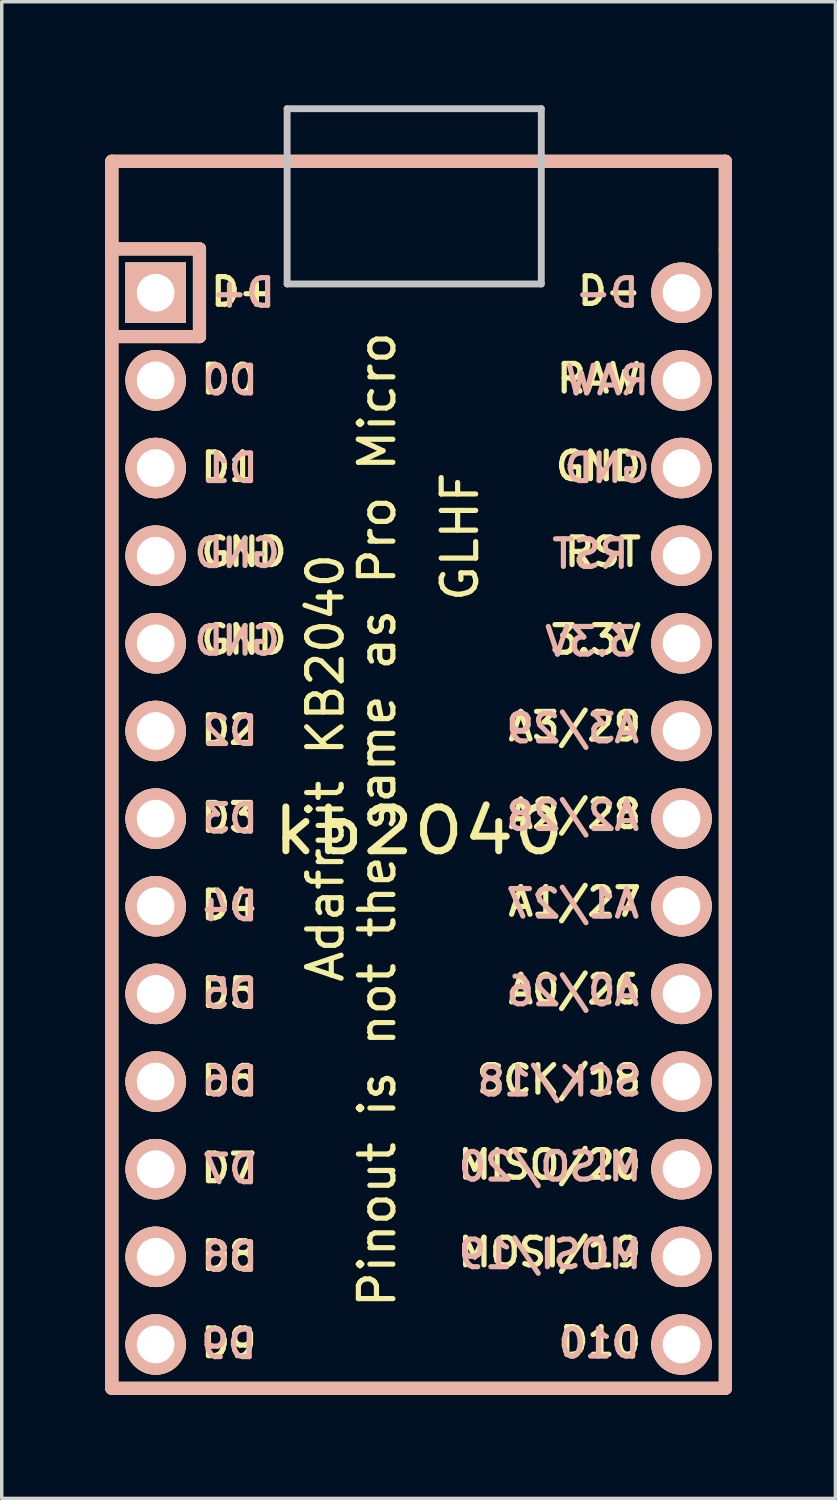
<source format=kicad_pcb>
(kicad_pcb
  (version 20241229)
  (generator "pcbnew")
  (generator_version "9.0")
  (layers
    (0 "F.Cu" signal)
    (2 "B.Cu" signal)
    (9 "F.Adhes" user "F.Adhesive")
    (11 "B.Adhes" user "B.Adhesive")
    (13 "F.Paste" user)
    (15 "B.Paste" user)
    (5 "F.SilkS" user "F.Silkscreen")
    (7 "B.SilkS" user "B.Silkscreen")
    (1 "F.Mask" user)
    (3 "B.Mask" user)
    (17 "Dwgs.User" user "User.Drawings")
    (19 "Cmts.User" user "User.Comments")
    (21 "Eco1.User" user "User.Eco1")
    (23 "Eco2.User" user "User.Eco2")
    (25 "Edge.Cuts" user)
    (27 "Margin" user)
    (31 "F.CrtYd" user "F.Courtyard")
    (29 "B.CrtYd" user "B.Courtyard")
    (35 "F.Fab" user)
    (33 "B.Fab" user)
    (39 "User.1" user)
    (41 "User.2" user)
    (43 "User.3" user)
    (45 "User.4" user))
  (footprint "kb2040"
    (layer "F.Cu")
    (at 9.081 19.404)
    (property "Reference" "kb2040" (at 0 1.625 0) (layer "F.SilkS") (effects (font (size 1.27 1.524) (thickness 0.203))))
    (attr through_hole)
    (fp_line (start -8.89 -17.78) (end -8.89 -15.24) (stroke (width 0.381) (type solid)) (layer "F.SilkS"))
    (fp_line (start -8.89 -15.24) (end -8.89 17.78) (stroke (width 0.381) (type solid)) (layer "F.SilkS"))
    (fp_line (start -8.89 17.78) (end 8.89 17.78) (stroke (width 0.381) (type solid)) (layer "F.SilkS"))
    (fp_line (start -6.35 -15.24) (end -8.89 -15.24) (stroke (width 0.381) (type solid)) (layer "F.SilkS"))
    (fp_line (start -6.35 -15.24) (end -6.35 -12.7) (stroke (width 0.381) (type solid)) (layer "F.SilkS"))
    (fp_line (start -6.35 -12.7) (end -8.89 -12.7) (stroke (width 0.381) (type solid)) (layer "F.SilkS"))
    (fp_line (start 8.89 -17.78) (end -8.89 -17.78) (stroke (width 0.381) (type solid)) (layer "F.SilkS"))
    (fp_line (start 8.89 -15.24) (end 8.89 -17.78) (stroke (width 0.381) (type solid)) (layer "F.SilkS"))
    (fp_line (start 8.89 17.78) (end 8.89 -15.24) (stroke (width 0.381) (type solid)) (layer "F.SilkS"))
    (fp_line (start -8.89 -17.78) (end -8.89 17.78) (stroke (width 0.381) (type solid)) (layer "B.SilkS"))
    (fp_line (start -8.89 17.78) (end 8.89 17.78) (stroke (width 0.381) (type solid)) (layer "B.SilkS"))
    (fp_line (start -6.35 -15.24) (end -8.89 -15.24) (stroke (width 0.381) (type solid)) (layer "B.SilkS"))
    (fp_line (start -6.35 -15.24) (end -6.35 -12.7) (stroke (width 0.381) (type solid)) (layer "B.SilkS"))
    (fp_line (start -6.35 -12.7) (end -8.89 -12.7) (stroke (width 0.381) (type solid)) (layer "B.SilkS"))
    (fp_line (start 8.89 -17.78) (end -8.89 -17.78) (stroke (width 0.381) (type solid)) (layer "B.SilkS"))
    (fp_line (start 8.89 17.78) (end 8.89 -17.78) (stroke (width 0.381) (type solid)) (layer "B.SilkS"))
    (fp_line (start -3.81 -19.304) (end 3.556 -19.304) (stroke (width 0.2) (type solid)) (layer "Dwgs.User"))
    (fp_line (start -3.81 -14.224) (end -3.81 -19.304) (stroke (width 0.2) (type solid)) (layer "Dwgs.User"))
    (fp_line (start 3.556 -19.304) (end 3.556 -14.224) (stroke (width 0.2) (type solid)) (layer "Dwgs.User"))
    (fp_line (start 3.556 -14.224) (end -3.81 -14.224) (stroke (width 0.2) (type solid)) (layer "Dwgs.User"))
    (fp_text user "D3" (at -5.5 1.24 0) (layer "F.SilkS") (effects (font (size 0.8 0.8) (thickness 0.15))))
    (fp_text user "D2" (at -5.5 -1.3 0) (layer "F.SilkS") (effects (font (size 0.8 0.8) (thickness 0.15))))
    (fp_text user "D4" (at -5.5 3.78 0) (layer "F.SilkS") (effects (font (size 0.8 0.8) (thickness 0.15))))
    (fp_text user "D1" (at -5.5 -8.92 0) (layer "F.SilkS") (effects (font (size 0.8 0.8) (thickness 0.15))))
    (fp_text user "GND" (at 5.21 -8.944 0) (layer "F.SilkS") (effects (font (size 0.8 0.8) (thickness 0.15))))
    (fp_text user "D10" (at 5.267 16.431 0) (layer "F.SilkS") (effects (font (size 0.8 0.8) (thickness 0.15))))
    (fp_text user "SCK/18" (at 4.067 8.836 0) (layer "F.SilkS") (effects (font (size 0.8 0.8) (thickness 0.15))))
    (fp_text user "D6" (at -5.5 8.86 0) (layer "F.SilkS") (effects (font (size 0.8 0.8) (thickness 0.15))))
    (fp_text user "RST" (at 5.343 -6.455 0) (layer "F.SilkS") (effects (font (size 0.8 0.8) (thickness 0.15))))
    (fp_text user "D+" (at -5.1 -14 0) (layer "F.SilkS") (effects (font (size 0.8 0.8) (thickness 0.15))))
    (fp_text user "D7" (at -5.5 11.4 0) (layer "F.SilkS") (effects (font (size 0.8 0.8) (thickness 0.15))))
    (fp_text user "D9" (at -5.5 16.47 0) (layer "F.SilkS") (effects (font (size 0.8 0.8) (thickness 0.15))))
    (fp_text user "A1/27" (at 4.524 3.68 0) (layer "F.SilkS") (effects (font (size 0.8 0.8) (thickness 0.15))))
    (fp_text user "A0/26" (at 4.524 6.22 0) (layer "F.SilkS") (effects (font (size 0.8 0.8) (thickness 0.15))))
    (fp_text user "A3/29" (at 4.524 -1.4 0) (layer "F.SilkS") (effects (font (size 0.8 0.8) (thickness 0.15))))
    (fp_text user "D5" (at -5.5 6.32 0) (layer "F.SilkS") (effects (font (size 0.8 0.8) (thickness 0.15))))
    (fp_text user "Pinout is not the same as Pro Micro" (at -1.2 1.3 90) (unlocked yes) (layer "F.SilkS") (effects (font (size 1 1) (thickness 0.15))))
    (fp_text user "Adafruit KB2040" (at -2.7 -0.2 90) (unlocked yes) (layer "F.SilkS") (effects (font (size 1 1) (thickness 0.15))))
    (fp_text user "D-" (at 5.533 -14.024 0) (layer "F.SilkS") (effects (font (size 0.8 0.8) (thickness 0.15))))
    (fp_text user "RAW" (at 5.229 -11.484 0) (layer "F.SilkS") (effects (font (size 0.8 0.8) (thickness 0.15))))
    (fp_text user "3.3V" (at 5.133 -3.915 0) (layer "F.SilkS") (effects (font (size 0.8 0.8) (thickness 0.15))))
    (fp_text user "D8" (at -5.5 13.94 0) (layer "F.SilkS") (effects (font (size 0.8 0.8) (thickness 0.15))))
    (fp_text user "GND" (at -5.062 -6.456 0) (layer "F.SilkS") (effects (font (size 0.8 0.8) (thickness 0.15))))
    (fp_text user "GND" (at -5.062 -3.916 0) (layer "F.SilkS") (effects (font (size 0.8 0.8) (thickness 0.15))))
    (fp_text user "GLHF" (at 1.2 -6.9 90) (unlocked yes) (layer "F.SilkS") (effects (font (size 1 1) (thickness 0.15))))
    (fp_text user "D0" (at -5.5 -11.46 0) (layer "F.SilkS") (effects (font (size 0.8 0.8) (thickness 0.15))))
    (fp_text user "MOSI/19" (at 3.8 13.84 0) (layer "F.SilkS") (effects (font (size 0.8 0.8) (thickness 0.15))))
    (fp_text user "A2/28" (at 4.524 1.14 0) (layer "F.SilkS") (effects (font (size 0.8 0.8) (thickness 0.15))))
    (fp_text user "MISO/20" (at 3.8 11.3 0) (layer "F.SilkS") (effects (font (size 0.8 0.8) (thickness 0.15))))
    (fp_text user "3.3V" (at 4.978 -3.861 0) (layer "B.SilkS") (effects (font (size 0.8 0.8) (thickness 0.15)) (justify mirror)))
    (fp_text user "A1/27" (at 4.47 3.734 0) (layer "B.SilkS") (effects (font (size 0.8 0.8) (thickness 0.15)) (justify mirror)))
    (fp_text user "GND" (at 5.461 -8.89 0) (layer "B.SilkS") (effects (font (size 0.8 0.8) (thickness 0.15)) (justify mirror)))
    (fp_text user "D4" (at -5.461 3.81 0) (layer "B.SilkS") (effects (font (size 0.8 0.8) (thickness 0.15)) (justify mirror)))
    (fp_text user "GND" (at -5.258 -6.426 0) (layer "B.SilkS") (effects (font (size 0.8 0.8) (thickness 0.15)) (justify mirror)))
    (fp_text user "D6" (at -5.461 8.89 0) (layer "B.SilkS") (effects (font (size 0.8 0.8) (thickness 0.15)) (justify mirror)))
    (fp_text user "SCK/18" (at 4.089 8.89 0) (layer "B.SilkS") (effects (font (size 0.8 0.8) (thickness 0.15)) (justify mirror)))
    (fp_text user "D3" (at -5.461 1.27 0) (layer "B.SilkS") (effects (font (size 0.8 0.8) (thickness 0.15)) (justify mirror)))
    (fp_text user "D5" (at -5.461 6.35 0) (layer "B.SilkS") (effects (font (size 0.8 0.8) (thickness 0.15)) (justify mirror)))
    (fp_text user "RST" (at 4.978 -6.401 0) (layer "B.SilkS") (effects (font (size 0.8 0.8) (thickness 0.15)) (justify mirror)))
    (fp_text user "D10" (at 5.232 16.485 0) (layer "B.SilkS") (effects (font (size 0.8 0.8) (thickness 0.15)) (justify mirror)))
    (fp_text user "A0/26" (at 4.47 6.274 0) (layer "B.SilkS") (effects (font (size 0.8 0.8) (thickness 0.15)) (justify mirror)))
    (fp_text user "D-" (at 5.461 -13.97 0) (layer "B.SilkS") (effects (font (size 0.8 0.8) (thickness 0.15)) (justify mirror)))
    (fp_text user "GND" (at -5.258 -3.886 0) (layer "B.SilkS") (effects (font (size 0.8 0.8) (thickness 0.15)) (justify mirror)))
    (fp_text user "D7" (at -5.461 11.43 0) (layer "B.SilkS") (effects (font (size 0.8 0.8) (thickness 0.15)) (justify mirror)))
    (fp_text user "RAW" (at 5.461 -11.43 0) (layer "B.SilkS") (effects (font (size 0.8 0.8) (thickness 0.15)) (justify mirror)))
    (fp_text user "D+" (at -5.08 -13.97 0) (layer "B.SilkS") (effects (font (size 0.8 0.8) (thickness 0.15)) (justify mirror)))
    (fp_text user "A2/28" (at 4.47 1.194 0) (layer "B.SilkS") (effects (font (size 0.8 0.8) (thickness 0.15)) (justify mirror)))
    (fp_text user "D2" (at -5.461 -1.27 0) (layer "B.SilkS") (effects (font (size 0.8 0.8) (thickness 0.15)) (justify mirror)))
    (fp_text user "MOSI/19" (at 3.81 13.894 0) (layer "B.SilkS") (effects (font (size 0.8 0.8) (thickness 0.15)) (justify mirror)))
    (fp_text user "D0" (at -5.461 -11.43 0) (layer "B.SilkS") (effects (font (size 0.8 0.8) (thickness 0.15)) (justify mirror)))
    (fp_text user "A3/29" (at 4.47 -1.346 0) (layer "B.SilkS") (effects (font (size 0.8 0.8) (thickness 0.15)) (justify mirror)))
    (fp_text user "D9" (at -5.5 16.5 0) (layer "B.SilkS") (effects (font (size 0.8 0.8) (thickness 0.15)) (justify mirror)))
    (fp_text user "D1" (at -5.461 -8.89 0) (layer "B.SilkS") (effects (font (size 0.8 0.8) (thickness 0.15)) (justify mirror)))
    (fp_text user "D8" (at -5.461 13.97 0) (layer "B.SilkS") (effects (font (size 0.8 0.8) (thickness 0.15)) (justify mirror)))
    (fp_text user "MISO/20" (at 3.81 11.354 0) (layer "B.SilkS") (effects (font (size 0.8 0.8) (thickness 0.15)) (justify mirror)))
    (pad "1" thru_hole rect (at -7.62 -13.97 270) (size 1.753 1.753) (drill 1.092) (layers "*.Cu" "*.SilkS" "*.Mask"))
    (pad "2" thru_hole circle (at -7.62 -11.43 270) (size 1.753 1.753) (drill 1.092) (layers "*.Cu" "*.SilkS" "*.Mask"))
    (pad "3" thru_hole circle (at -7.62 -8.89 270) (size 1.753 1.753) (drill 1.092) (layers "*.Cu" "*.SilkS" "*.Mask"))
    (pad "4" thru_hole circle (at -7.62 -6.35 270) (size 1.753 1.753) (drill 1.092) (layers "*.Cu" "*.SilkS" "*.Mask"))
    (pad "5" thru_hole circle (at -7.62 -3.81 270) (size 1.753 1.753) (drill 1.092) (layers "*.Cu" "*.SilkS" "*.Mask"))
    (pad "6" thru_hole circle (at -7.62 -1.27 270) (size 1.753 1.753) (drill 1.092) (layers "*.Cu" "*.SilkS" "*.Mask"))
    (pad "7" thru_hole circle (at -7.62 1.27 270) (size 1.753 1.753) (drill 1.092) (layers "*.Cu" "*.SilkS" "*.Mask"))
    (pad "8" thru_hole circle (at -7.62 3.81 270) (size 1.753 1.753) (drill 1.092) (layers "*.Cu" "*.SilkS" "*.Mask"))
    (pad "9" thru_hole circle (at -7.62 6.35 270) (size 1.753 1.753) (drill 1.092) (layers "*.Cu" "*.SilkS" "*.Mask"))
    (pad "10" thru_hole circle (at -7.62 8.89 270) (size 1.753 1.753) (drill 1.092) (layers "*.Cu" "*.SilkS" "*.Mask"))
    (pad "11" thru_hole circle (at -7.62 11.43 270) (size 1.753 1.753) (drill 1.092) (layers "*.Cu" "*.SilkS" "*.Mask"))
    (pad "12" thru_hole circle (at -7.62 13.97 270) (size 1.753 1.753) (drill 1.092) (layers "*.Cu" "*.SilkS" "*.Mask"))
    (pad "13" thru_hole circle (at -7.62 16.51 270) (size 1.753 1.753) (drill 1.092) (layers "*.Cu" "*.SilkS" "*.Mask"))
    (pad "14" thru_hole circle (at 7.62 -13.97 270) (size 1.753 1.753) (drill 1.092) (layers "*.Cu" "*.SilkS" "*.Mask"))
    (pad "15" thru_hole circle (at 7.62 -11.43 270) (size 1.753 1.753) (drill 1.092) (layers "*.Cu" "*.SilkS" "*.Mask"))
    (pad "16" thru_hole circle (at 7.62 -8.89 270) (size 1.753 1.753) (drill 1.092) (layers "*.Cu" "*.SilkS" "*.Mask"))
    (pad "17" thru_hole circle (at 7.62 -6.35 270) (size 1.753 1.753) (drill 1.092) (layers "*.Cu" "*.SilkS" "*.Mask"))
    (pad "18" thru_hole circle (at 7.62 -3.81 270) (size 1.753 1.753) (drill 1.092) (layers "*.Cu" "*.SilkS" "*.Mask"))
    (pad "19" thru_hole circle (at 7.62 -1.27 270) (size 1.753 1.753) (drill 1.092) (layers "*.Cu" "*.SilkS" "*.Mask"))
    (pad "20" thru_hole circle (at 7.62 1.27 270) (size 1.753 1.753) (drill 1.092) (layers "*.Cu" "*.SilkS" "*.Mask"))
    (pad "21" thru_hole circle (at 7.62 3.81 270) (size 1.753 1.753) (drill 1.092) (layers "*.Cu" "*.SilkS" "*.Mask"))
    (pad "22" thru_hole circle (at 7.62 6.35 270) (size 1.753 1.753) (drill 1.092) (layers "*.Cu" "*.SilkS" "*.Mask"))
    (pad "23" thru_hole circle (at 7.62 8.89 270) (size 1.753 1.753) (drill 1.092) (layers "*.Cu" "*.SilkS" "*.Mask"))
    (pad "24" thru_hole circle (at 7.62 11.43 270) (size 1.753 1.753) (drill 1.092) (layers "*.Cu" "*.SilkS" "*.Mask"))
    (pad "25" thru_hole circle (at 7.62 13.97 270) (size 1.753 1.753) (drill 1.092) (layers "*.Cu" "*.SilkS" "*.Mask"))
    (pad "26" thru_hole circle (at 7.62 16.51 270) (size 1.753 1.753) (drill 1.092) (layers "*.Cu" "*.SilkS" "*.Mask")))
  (gr_rect
    (start -3 -3)
    (end 21.161 40.374)
    (stroke (width 0.1) (type default))
    (fill no)
    (layer "Edge.Cuts")))
</source>
